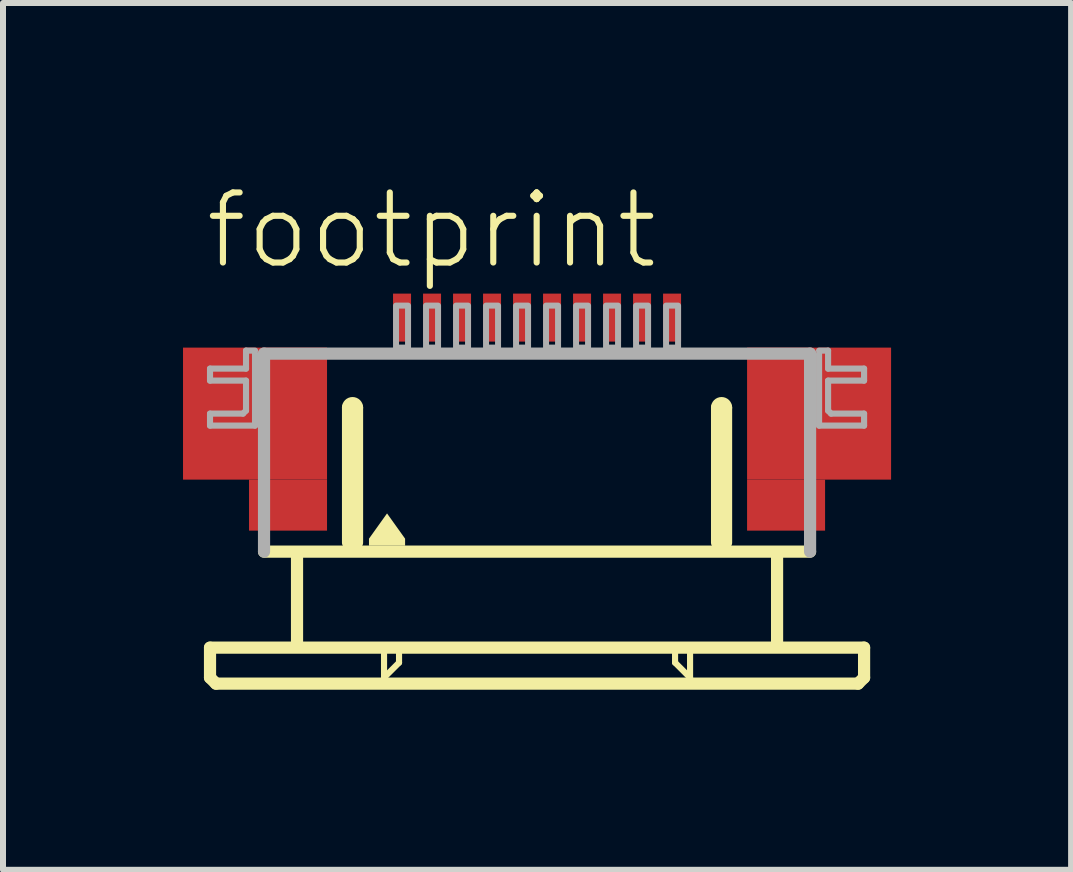
<source format=kicad_pcb>
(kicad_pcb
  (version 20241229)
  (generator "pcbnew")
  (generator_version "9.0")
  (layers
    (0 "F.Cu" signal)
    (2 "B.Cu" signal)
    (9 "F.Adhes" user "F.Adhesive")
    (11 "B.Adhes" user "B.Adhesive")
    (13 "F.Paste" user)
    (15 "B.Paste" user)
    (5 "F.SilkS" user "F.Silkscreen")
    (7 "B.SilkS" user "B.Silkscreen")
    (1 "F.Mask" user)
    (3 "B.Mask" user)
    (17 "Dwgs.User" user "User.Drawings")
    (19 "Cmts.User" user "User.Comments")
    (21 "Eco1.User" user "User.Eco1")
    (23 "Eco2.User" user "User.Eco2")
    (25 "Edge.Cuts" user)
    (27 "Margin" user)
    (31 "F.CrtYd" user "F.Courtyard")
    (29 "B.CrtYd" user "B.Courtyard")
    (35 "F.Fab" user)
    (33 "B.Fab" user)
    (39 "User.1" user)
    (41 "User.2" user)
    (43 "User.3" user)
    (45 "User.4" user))
  (footprint "footprint"
    (layer "F.Cu")
    (at 5.9 4.743)
    (property "Reference" "footprint" (at -5.58 -3.27 0) (layer "F.SilkS") (effects (font (size 1.168 1.168) (thickness 0.102)) (justify left bottom)))
    (fp_poly (pts (xy -5.9 0.2) (xy -3.5 0.2) (xy -3.5 -2) (xy -5.9 -2)) (stroke (width 0) (type solid)) (fill yes) (layer "F.Cu"))
    (fp_poly (pts (xy -4.8 1.05) (xy -3.5 1.05) (xy -3.5 0.2) (xy -4.8 0.2)) (stroke (width 0) (type solid)) (fill yes) (layer "F.Cu"))
    (fp_poly (pts (xy 3.5 0.2) (xy 5.9 0.2) (xy 5.9 -2) (xy 3.5 -2)) (stroke (width 0) (type solid)) (fill yes) (layer "F.Cu"))
    (fp_poly (pts (xy 3.5 1.05) (xy 4.8 1.05) (xy 4.8 0.2) (xy 3.5 0.2)) (stroke (width 0) (type solid)) (fill yes) (layer "F.Cu"))
    (fp_poly (pts (xy -5.9 0.2) (xy -4.75 0.2) (xy -4.75 -2) (xy -5.9 -2)) (stroke (width 0) (type solid)) (fill yes) (layer "F.Mask"))
    (fp_poly (pts (xy -4.8 1.05) (xy -3.5 1.05) (xy -3.5 -2) (xy -4.8 -2)) (stroke (width 0) (type solid)) (fill yes) (layer "F.Mask"))
    (fp_poly (pts (xy 4.8 -2) (xy 3.5 -2) (xy 3.5 1.05) (xy 4.8 1.05)) (stroke (width 0) (type solid)) (fill yes) (layer "F.Mask"))
    (fp_poly (pts (xy 5.9 -2) (xy 4.75 -2) (xy 4.75 0.2) (xy 5.9 0.2)) (stroke (width 0) (type solid)) (fill yes) (layer "F.Mask"))
    (fp_line (start -5.45 3) (end -5.45 3.5) (stroke (width 0.203) (type solid)) (layer "F.SilkS"))
    (fp_line (start -5.45 3.5) (end -5.35 3.6) (stroke (width 0.203) (type solid)) (layer "F.SilkS"))
    (fp_line (start -5.35 3.6) (end 5.35 3.6) (stroke (width 0.203) (type solid)) (layer "F.SilkS"))
    (fp_line (start -4 1.5) (end -4 2.9) (stroke (width 0.203) (type solid)) (layer "F.SilkS"))
    (fp_line (start -3.15 1.25) (end -3.15 -1) (stroke (width 0.203) (type solid)) (layer "F.SilkS"))
    (fp_line (start -3 -1) (end -3 1.25) (stroke (width 0.203) (type solid)) (layer "F.SilkS"))
    (fp_line (start -2.55 3.1) (end -2.55 3.5) (stroke (width 0.102) (type solid)) (layer "F.SilkS"))
    (fp_line (start -2.55 3.5) (end -2.3 3.25) (stroke (width 0.102) (type solid)) (layer "F.SilkS"))
    (fp_line (start -2.3 3.25) (end -2.3 3.1) (stroke (width 0.102) (type solid)) (layer "F.SilkS"))
    (fp_line (start 2.3 3.1) (end 2.3 3.25) (stroke (width 0.102) (type solid)) (layer "F.SilkS"))
    (fp_line (start 2.3 3.25) (end 2.55 3.5) (stroke (width 0.102) (type solid)) (layer "F.SilkS"))
    (fp_line (start 2.55 3.5) (end 2.55 3.1) (stroke (width 0.102) (type solid)) (layer "F.SilkS"))
    (fp_line (start 3 1.25) (end 3 -1) (stroke (width 0.203) (type solid)) (layer "F.SilkS"))
    (fp_line (start 3.15 -1) (end 3.15 1.25) (stroke (width 0.203) (type solid)) (layer "F.SilkS"))
    (fp_line (start 4 1.5) (end 4 2.9) (stroke (width 0.203) (type solid)) (layer "F.SilkS"))
    (fp_line (start 4.55 1.4) (end -4.55 1.4) (stroke (width 0.203) (type solid)) (layer "F.SilkS"))
    (fp_line (start 5.35 3.6) (end 5.45 3.5) (stroke (width 0.203) (type solid)) (layer "F.SilkS"))
    (fp_line (start 5.45 3) (end -5.45 3) (stroke (width 0.203) (type solid)) (layer "F.SilkS"))
    (fp_line (start 5.45 3.5) (end 5.45 3) (stroke (width 0.203) (type solid)) (layer "F.SilkS"))
    (fp_arc (start -3.15 -1) (mid -3.075 -1.075) (end -3 -1) (stroke (width 0.2032) (type solid)) (layer "F.SilkS"))
    (fp_arc (start 3 -1) (mid 3.075 -1.075) (end 3.15 -1) (stroke (width 0.2032) (type solid)) (layer "F.SilkS"))
    (fp_poly (pts (xy -2.199 1.184) (xy -2.199 1.301) (xy -2.801 1.301) (xy -2.801 1.184) (xy -2.5 0.763)) (stroke (width 0) (type solid)) (fill yes) (layer "F.SilkS"))
    (fp_poly (pts (xy -5.7 0.05) (xy -3.7 0.05) (xy -3.7 -1.85) (xy -5.7 -1.85)) (stroke (width 0) (type solid)) (fill yes) (layer "F.Paste"))
    (fp_poly (pts (xy 5.7 -1.85) (xy 3.7 -1.85) (xy 3.7 0.05) (xy 5.7 0.05)) (stroke (width 0) (type solid)) (fill yes) (layer "F.Paste"))
    (fp_line (start -5.45 -1.65) (end -5.45 -1.45) (stroke (width 0.102) (type solid)) (layer "F.Fab"))
    (fp_line (start -5.45 -1.45) (end -4.85 -1.45) (stroke (width 0.102) (type solid)) (layer "F.Fab"))
    (fp_line (start -5.45 -0.9) (end -5.45 -0.7) (stroke (width 0.102) (type solid)) (layer "F.Fab"))
    (fp_line (start -5.45 -0.7) (end -4.7 -0.7) (stroke (width 0.102) (type solid)) (layer "F.Fab"))
    (fp_line (start -4.9 -0.9) (end -5.45 -0.9) (stroke (width 0.102) (type solid)) (layer "F.Fab"))
    (fp_line (start -4.85 -1.95) (end -4.85 -1.65) (stroke (width 0.102) (type solid)) (layer "F.Fab"))
    (fp_line (start -4.85 -1.65) (end -5.45 -1.65) (stroke (width 0.102) (type solid)) (layer "F.Fab"))
    (fp_line (start -4.85 -1.45) (end -4.85 -0.95) (stroke (width 0.102) (type solid)) (layer "F.Fab"))
    (fp_line (start -4.85 -0.95) (end -4.9 -0.9) (stroke (width 0.102) (type solid)) (layer "F.Fab"))
    (fp_line (start -4.7 -1.95) (end -4.85 -1.95) (stroke (width 0.102) (type solid)) (layer "F.Fab"))
    (fp_line (start -4.7 -0.7) (end -4.7 -1.9) (stroke (width 0.102) (type solid)) (layer "F.Fab"))
    (fp_line (start -4.55 -1.9) (end 4.55 -1.9) (stroke (width 0.203) (type solid)) (layer "F.Fab"))
    (fp_line (start -4.55 1.4) (end -4.55 -1.9) (stroke (width 0.203) (type solid)) (layer "F.Fab"))
    (fp_line (start 4.55 -1.9) (end 4.55 1.4) (stroke (width 0.203) (type solid)) (layer "F.Fab"))
    (fp_line (start 4.7 -1.95) (end 4.85 -1.95) (stroke (width 0.102) (type solid)) (layer "F.Fab"))
    (fp_line (start 4.7 -0.7) (end 4.7 -1.9) (stroke (width 0.102) (type solid)) (layer "F.Fab"))
    (fp_line (start 4.85 -1.95) (end 4.85 -1.65) (stroke (width 0.102) (type solid)) (layer "F.Fab"))
    (fp_line (start 4.85 -1.65) (end 5.45 -1.65) (stroke (width 0.102) (type solid)) (layer "F.Fab"))
    (fp_line (start 4.85 -1.45) (end 4.85 -0.95) (stroke (width 0.102) (type solid)) (layer "F.Fab"))
    (fp_line (start 4.85 -0.95) (end 4.9 -0.9) (stroke (width 0.102) (type solid)) (layer "F.Fab"))
    (fp_line (start 4.9 -0.9) (end 5.45 -0.9) (stroke (width 0.102) (type solid)) (layer "F.Fab"))
    (fp_line (start 5.45 -1.65) (end 5.45 -1.45) (stroke (width 0.102) (type solid)) (layer "F.Fab"))
    (fp_line (start 5.45 -1.45) (end 4.85 -1.45) (stroke (width 0.102) (type solid)) (layer "F.Fab"))
    (fp_line (start 5.45 -0.9) (end 5.45 -0.7) (stroke (width 0.102) (type solid)) (layer "F.Fab"))
    (fp_line (start 5.45 -0.7) (end 4.7 -0.7) (stroke (width 0.102) (type solid)) (layer "F.Fab"))
    (fp_poly (pts (xy -2.35 -2) (xy -2.15 -2) (xy -2.15 -2.7) (xy -2.35 -2.7)) (stroke (width 0.1) (type solid)) (fill no) (layer "F.Fab"))
    (fp_poly (pts (xy -1.85 -2) (xy -1.65 -2) (xy -1.65 -2.7) (xy -1.85 -2.7)) (stroke (width 0.1) (type solid)) (fill no) (layer "F.Fab"))
    (fp_poly (pts (xy -1.35 -2) (xy -1.15 -2) (xy -1.15 -2.7) (xy -1.35 -2.7)) (stroke (width 0.1) (type solid)) (fill no) (layer "F.Fab"))
    (fp_poly (pts (xy -0.85 -2) (xy -0.65 -2) (xy -0.65 -2.7) (xy -0.85 -2.7)) (stroke (width 0.1) (type solid)) (fill no) (layer "F.Fab"))
    (fp_poly (pts (xy -0.35 -2) (xy -0.15 -2) (xy -0.15 -2.7) (xy -0.35 -2.7)) (stroke (width 0.1) (type solid)) (fill no) (layer "F.Fab"))
    (fp_poly (pts (xy 0.15 -2) (xy 0.35 -2) (xy 0.35 -2.7) (xy 0.15 -2.7)) (stroke (width 0.1) (type solid)) (fill no) (layer "F.Fab"))
    (fp_poly (pts (xy 0.65 -2) (xy 0.85 -2) (xy 0.85 -2.7) (xy 0.65 -2.7)) (stroke (width 0.1) (type solid)) (fill no) (layer "F.Fab"))
    (fp_poly (pts (xy 1.15 -2) (xy 1.35 -2) (xy 1.35 -2.7) (xy 1.15 -2.7)) (stroke (width 0.1) (type solid)) (fill no) (layer "F.Fab"))
    (fp_poly (pts (xy 1.65 -2) (xy 1.85 -2) (xy 1.85 -2.7) (xy 1.65 -2.7)) (stroke (width 0.1) (type solid)) (fill no) (layer "F.Fab"))
    (fp_poly (pts (xy 2.15 -2) (xy 2.35 -2) (xy 2.35 -2.7) (xy 2.15 -2.7)) (stroke (width 0.1) (type solid)) (fill no) (layer "F.Fab"))
    (pad "1" smd rect (at -2.25 -2.5) (size 0.3 0.8) (layers "F.Cu" "F.Mask" "F.Paste"))
    (pad "2" smd rect (at -1.75 -2.5) (size 0.3 0.8) (layers "F.Cu" "F.Mask" "F.Paste"))
    (pad "3" smd rect (at -1.25 -2.5) (size 0.3 0.8) (layers "F.Cu" "F.Mask" "F.Paste"))
    (pad "4" smd rect (at -0.75 -2.5) (size 0.3 0.8) (layers "F.Cu" "F.Mask" "F.Paste"))
    (pad "5" smd rect (at -0.25 -2.5) (size 0.3 0.8) (layers "F.Cu" "F.Mask" "F.Paste"))
    (pad "6" smd rect (at 0.25 -2.5) (size 0.3 0.8) (layers "F.Cu" "F.Mask" "F.Paste"))
    (pad "7" smd rect (at 0.75 -2.5) (size 0.3 0.8) (layers "F.Cu" "F.Mask" "F.Paste"))
    (pad "8" smd rect (at 1.25 -2.5) (size 0.3 0.8) (layers "F.Cu" "F.Mask" "F.Paste"))
    (pad "9" smd rect (at 1.75 -2.5) (size 0.3 0.8) (layers "F.Cu" "F.Mask" "F.Paste"))
    (pad "10" smd rect (at 2.25 -2.5) (size 0.3 0.8) (layers "F.Cu" "F.Mask" "F.Paste")))
  (gr_rect
    (start -3 -3)
    (end 14.8 11.445)
    (stroke (width 0.1) (type default))
    (fill no)
    (layer "Edge.Cuts")))
</source>
